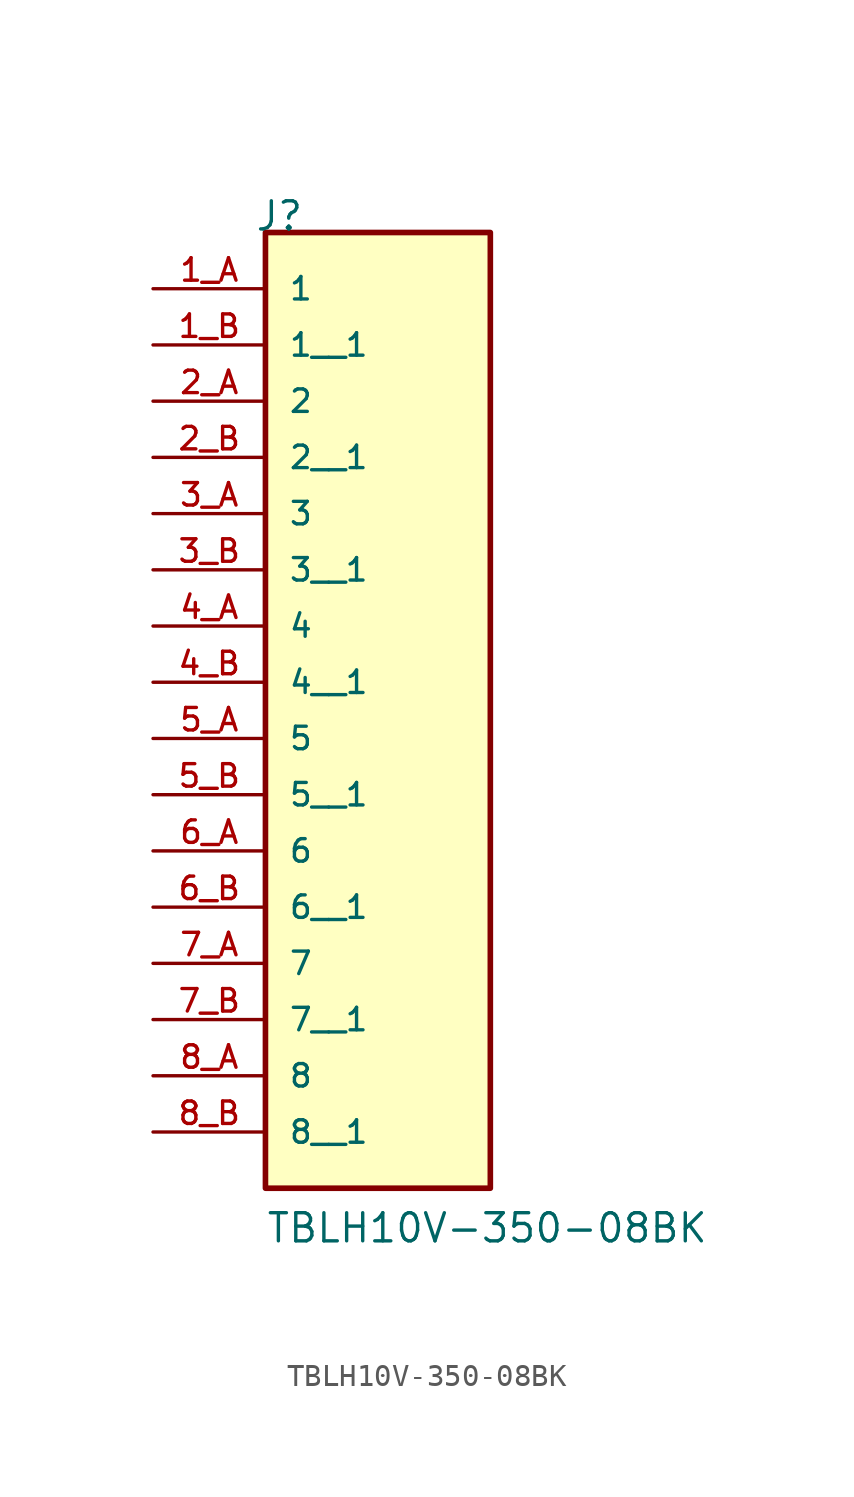
<source format=kicad_sym>
(kicad_symbol_lib
  (version 20211014)
  (generator kicad_symbol_editor)
  (symbol "TBLH10V-350-08BK"
    (pin_names
      (offset 1.016))
    (property "Reference" "J"
      (at -5.58 12.7 0)
      (effects (font (size 1.27 1.27)) (justify bottom left)))
    (property "Value" "TBLH10V-350-08BK"
      (at -5.08 -33.02 0)
      (effects (font (size 1.27 1.27)) (justify bottom left)))
    (symbol "TBLH10V-350-08BK_0_0"
      (rectangle (start -5.08 -30.48) (end 5.08 12.7) (stroke (width 0.254)) (fill (type background)))
      (pin passive line (at -10.16 10.16 0) (length 5.08) (name "1" (effects (font (size 1.016 1.016)))) (number "1_A" (effects (font (size 1.016 1.016)))))
      (pin passive line (at -10.16 5.08 0) (length 5.08) (name "2" (effects (font (size 1.016 1.016)))) (number "2_A" (effects (font (size 1.016 1.016)))))
      (pin passive line (at -10.16 0.0 0) (length 5.08) (name "3" (effects (font (size 1.016 1.016)))) (number "3_A" (effects (font (size 1.016 1.016)))))
      (pin passive line (at -10.16 -5.08 0) (length 5.08) (name "4" (effects (font (size 1.016 1.016)))) (number "4_A" (effects (font (size 1.016 1.016)))))
      (pin passive line (at -10.16 -10.16 0) (length 5.08) (name "5" (effects (font (size 1.016 1.016)))) (number "5_A" (effects (font (size 1.016 1.016)))))
      (pin passive line (at -10.16 -15.24 0) (length 5.08) (name "6" (effects (font (size 1.016 1.016)))) (number "6_A" (effects (font (size 1.016 1.016)))))
      (pin passive line (at -10.16 -20.32 0) (length 5.08) (name "7" (effects (font (size 1.016 1.016)))) (number "7_A" (effects (font (size 1.016 1.016)))))
      (pin passive line (at -10.16 -25.4 0) (length 5.08) (name "8" (effects (font (size 1.016 1.016)))) (number "8_A" (effects (font (size 1.016 1.016)))))
      (pin passive line (at -10.16 7.62 0) (length 5.08) (name "1__1" (effects (font (size 1.016 1.016)))) (number "1_B" (effects (font (size 1.016 1.016)))))
      (pin passive line (at -10.16 2.54 0) (length 5.08) (name "2__1" (effects (font (size 1.016 1.016)))) (number "2_B" (effects (font (size 1.016 1.016)))))
      (pin passive line (at -10.16 -2.54 0) (length 5.08) (name "3__1" (effects (font (size 1.016 1.016)))) (number "3_B" (effects (font (size 1.016 1.016)))))
      (pin passive line (at -10.16 -7.62 0) (length 5.08) (name "4__1" (effects (font (size 1.016 1.016)))) (number "4_B" (effects (font (size 1.016 1.016)))))
      (pin passive line (at -10.16 -12.7 0) (length 5.08) (name "5__1" (effects (font (size 1.016 1.016)))) (number "5_B" (effects (font (size 1.016 1.016)))))
      (pin passive line (at -10.16 -17.78 0) (length 5.08) (name "6__1" (effects (font (size 1.016 1.016)))) (number "6_B" (effects (font (size 1.016 1.016)))))
      (pin passive line (at -10.16 -22.86 0) (length 5.08) (name "7__1" (effects (font (size 1.016 1.016)))) (number "7_B" (effects (font (size 1.016 1.016)))))
      (pin passive line (at -10.16 -27.94 0) (length 5.08) (name "8__1" (effects (font (size 1.016 1.016)))) (number "8_B" (effects (font (size 1.016 1.016))))))))
</source>
